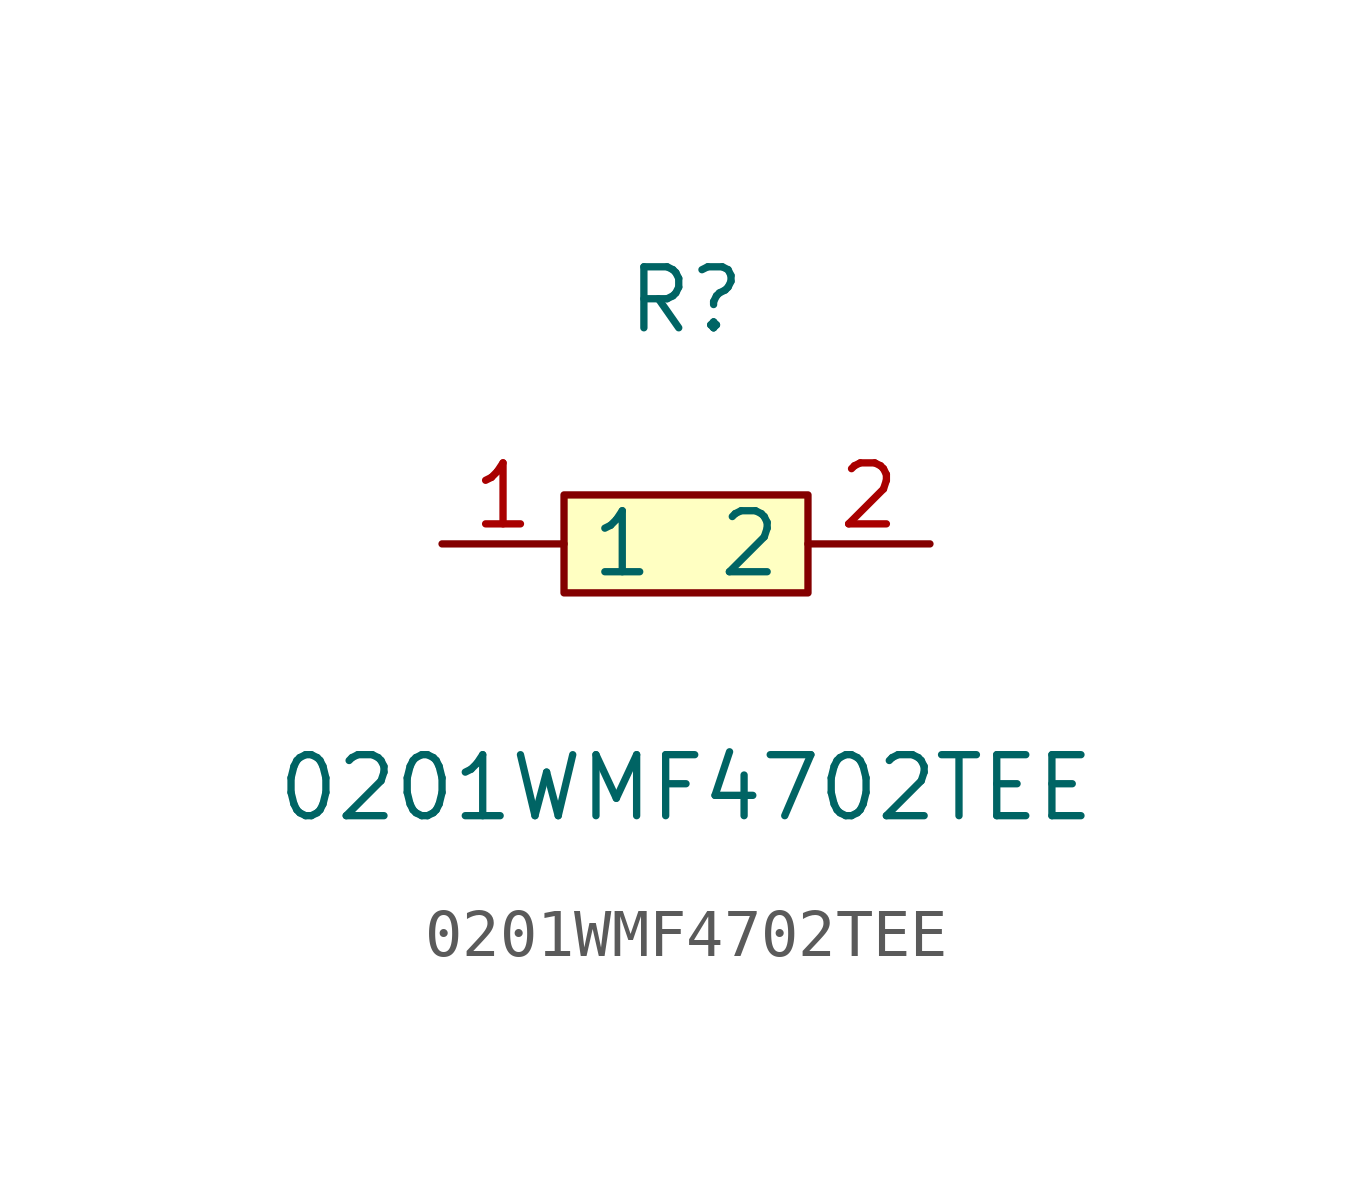
<source format=kicad_sym>
(kicad_symbol_lib
  (version 1)
  (generator "faebryk")
  (symbol "0201WMF4702TEE"
    (property "Reference" "R"
      (at 0 5.08 0)
      (effects (font (size 1.27 1.27)) (hide no)))
    (property "Value" "0201WMF4702TEE"
      (at 0 -5.08 0)
      (effects (font (size 1.27 1.27)) (hide no)))
    (symbol "0201WMF4702TEE_0_1"
      (rectangle (start -2.54 1.02) (end 2.54 -1.02) (stroke (width 0) (type default) (color 0 0 0 0)) (fill (type background)))
      (pin unspecified line (at 5.08 0 180) (length 2.54) (name "2" (effects (font (size 1.27 1.27)) (hide no))) (number "2" (effects (font (size 1.27 1.27)) (hide no))))
      (pin unspecified line (at -5.08 0 0) (length 2.54) (name "1" (effects (font (size 1.27 1.27)) (hide no))) (number "1" (effects (font (size 1.27 1.27)) (hide no)))))))
</source>
